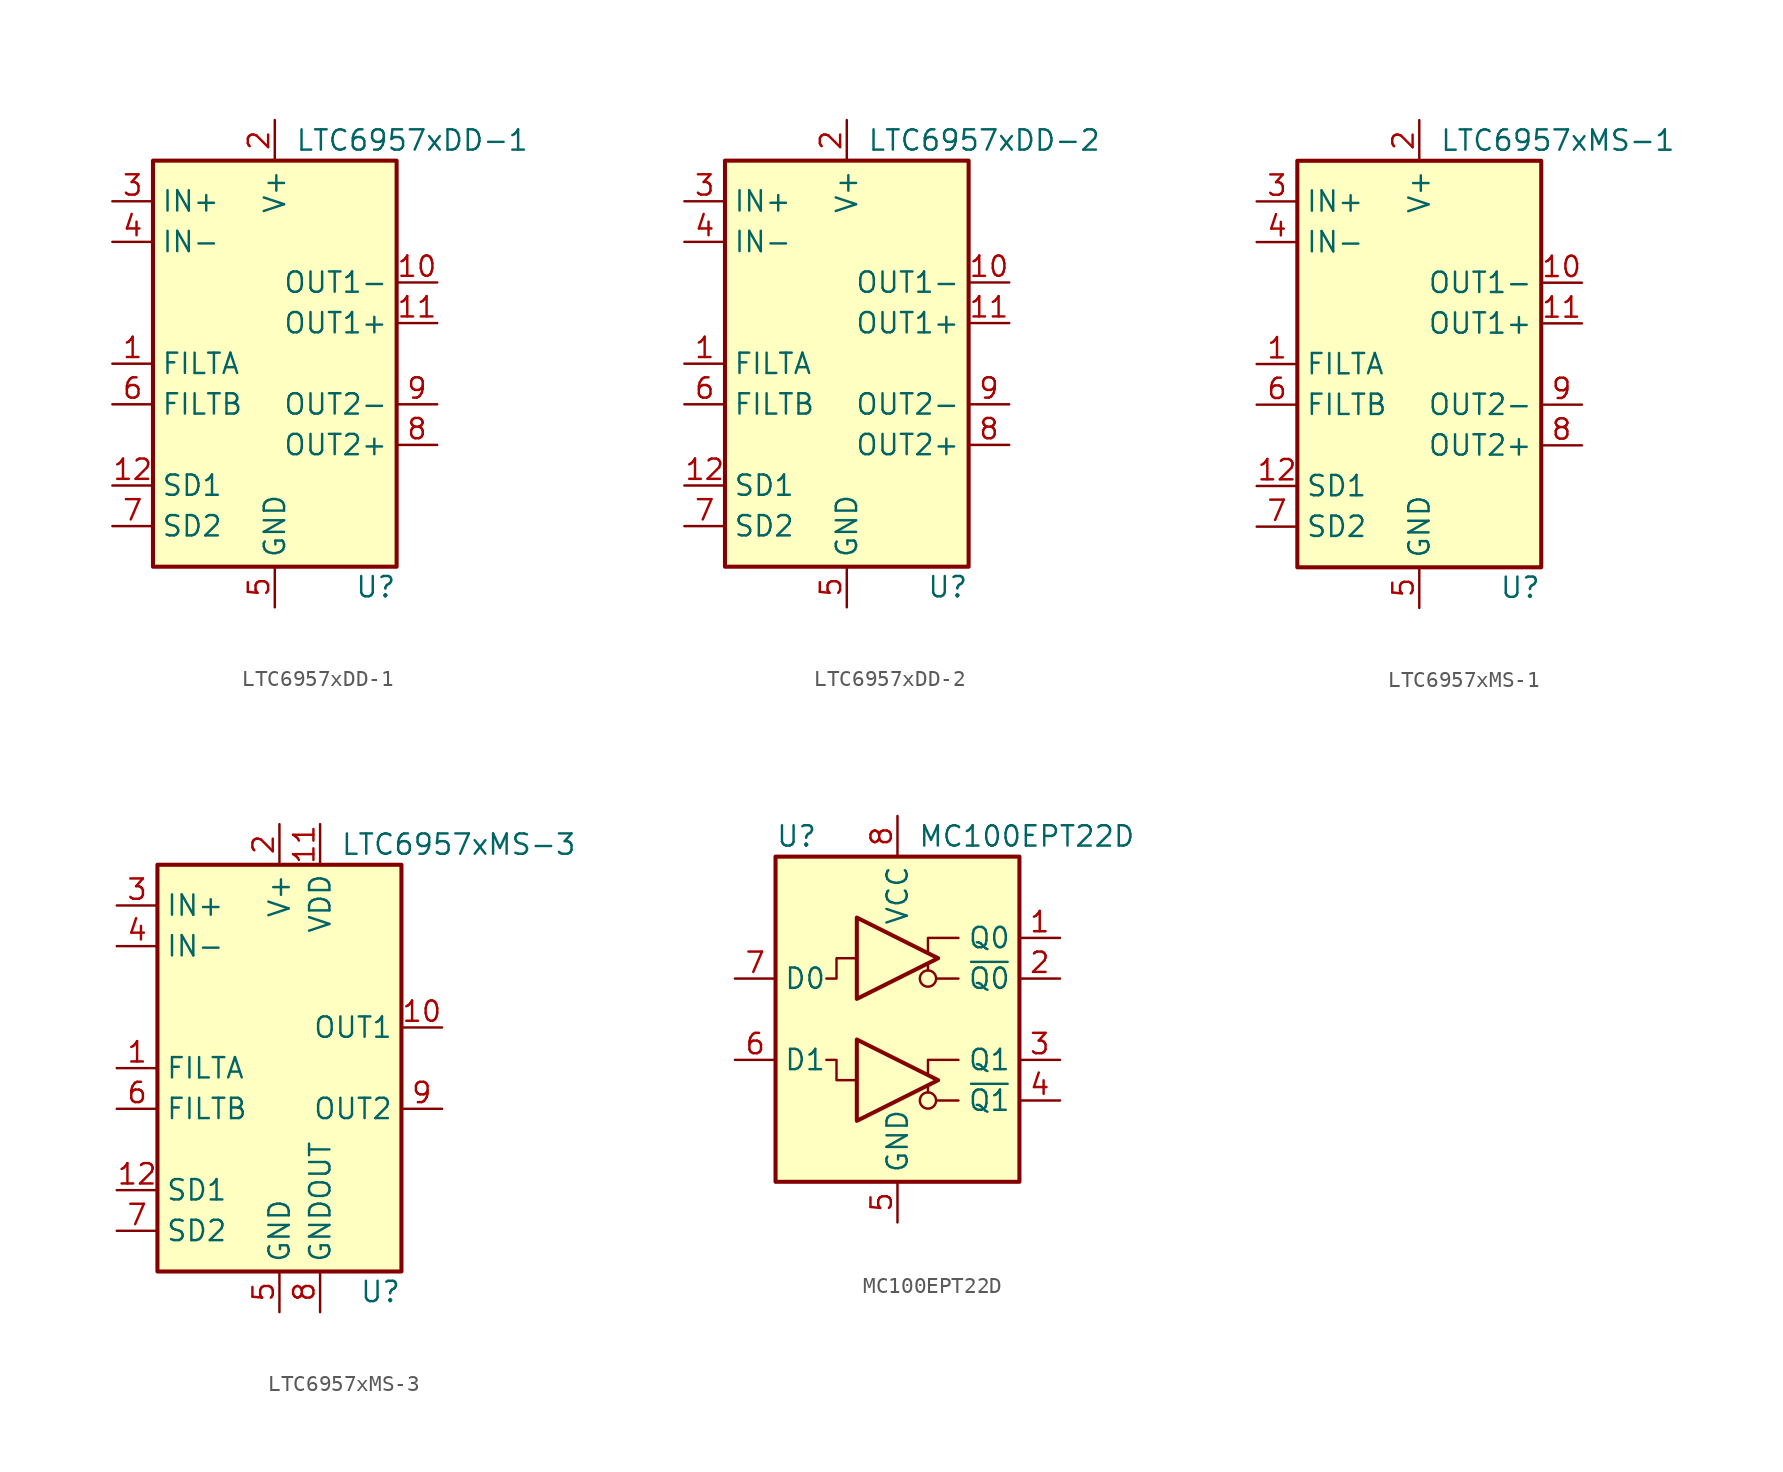
<source format=kicad_sym>
(kicad_symbol_lib
  (version 20241209)
  (generator "kicad_symbol_editor")
  (generator_version "9.0")
  (symbol "LTC6957xDD-1"
    (property "Reference" "U"
      (at 7.62 -13.97 0)
      (effects (font (size 1.27 1.27)) (justify right)))
    (property "Value" "LTC6957xDD-1"
      (at 1.27 13.97 0)
      (effects (font (size 1.27 1.27)) (justify left)))
    (symbol "LTC6957xDD-1_0_1"
      (rectangle (start -7.62 12.7) (end 7.62 -12.7) (stroke (width 0.254) (type default)) (fill (type background))))
    (symbol "LTC6957xDD-1_1_1"
      (pin input line (at -10.16 10.16 0) (length 2.54) (name "IN+" (effects (font (size 1.27 1.27)))) (number "3" (effects (font (size 1.27 1.27)))))
      (pin input line (at -10.16 7.62 0) (length 2.54) (name "IN-" (effects (font (size 1.27 1.27)))) (number "4" (effects (font (size 1.27 1.27)))))
      (pin input line (at -10.16 0 0) (length 2.54) (name "FILTA" (effects (font (size 1.27 1.27)))) (number "1" (effects (font (size 1.27 1.27)))))
      (pin input line (at -10.16 -2.54 0) (length 2.54) (name "FILTB" (effects (font (size 1.27 1.27)))) (number "6" (effects (font (size 1.27 1.27)))))
      (pin input line (at -10.16 -7.62 0) (length 2.54) (name "SD1" (effects (font (size 1.27 1.27)))) (number "12" (effects (font (size 1.27 1.27)))))
      (pin input line (at -10.16 -10.16 0) (length 2.54) (name "SD2" (effects (font (size 1.27 1.27)))) (number "7" (effects (font (size 1.27 1.27)))))
      (pin power_in line (at 0 15.24 270) (length 2.54) (name "V+" (effects (font (size 1.27 1.27)))) (number "2" (effects (font (size 1.27 1.27)))))
      (pin passive line (at 0 -15.24 90) (length 2.54) (hide yes) (name "GND" (effects (font (size 1.27 1.27)))) (number "13" (effects (font (size 1.27 1.27)))))
      (pin power_in line (at 0 -15.24 90) (length 2.54) (name "GND" (effects (font (size 1.27 1.27)))) (number "5" (effects (font (size 1.27 1.27)))))
      (pin open_emitter line (at 10.16 5.08 180) (length 2.54) (name "OUT1-" (effects (font (size 1.27 1.27)))) (number "10" (effects (font (size 1.27 1.27)))))
      (pin open_emitter line (at 10.16 2.54 180) (length 2.54) (name "OUT1+" (effects (font (size 1.27 1.27)))) (number "11" (effects (font (size 1.27 1.27)))))
      (pin open_emitter line (at 10.16 -2.54 180) (length 2.54) (name "OUT2-" (effects (font (size 1.27 1.27)))) (number "9" (effects (font (size 1.27 1.27)))))
      (pin open_emitter line (at 10.16 -5.08 180) (length 2.54) (name "OUT2+" (effects (font (size 1.27 1.27)))) (number "8" (effects (font (size 1.27 1.27)))))))
  (symbol "LTC6957xDD-2"
    (property "Reference" "U"
      (at 7.62 -13.97 0)
      (effects (font (size 1.27 1.27)) (justify right)))
    (property "Value" "LTC6957xDD-2"
      (at 1.27 13.97 0)
      (effects (font (size 1.27 1.27)) (justify left)))
    (symbol "LTC6957xDD-2_0_1"
      (rectangle (start -7.62 12.7) (end 7.62 -12.7) (stroke (width 0.254) (type default)) (fill (type background))))
    (symbol "LTC6957xDD-2_1_1"
      (pin input line (at -10.16 10.16 0) (length 2.54) (name "IN+" (effects (font (size 1.27 1.27)))) (number "3" (effects (font (size 1.27 1.27)))))
      (pin input line (at -10.16 7.62 0) (length 2.54) (name "IN-" (effects (font (size 1.27 1.27)))) (number "4" (effects (font (size 1.27 1.27)))))
      (pin input line (at -10.16 0 0) (length 2.54) (name "FILTA" (effects (font (size 1.27 1.27)))) (number "1" (effects (font (size 1.27 1.27)))))
      (pin input line (at -10.16 -2.54 0) (length 2.54) (name "FILTB" (effects (font (size 1.27 1.27)))) (number "6" (effects (font (size 1.27 1.27)))))
      (pin input line (at -10.16 -7.62 0) (length 2.54) (name "SD1" (effects (font (size 1.27 1.27)))) (number "12" (effects (font (size 1.27 1.27)))))
      (pin input line (at -10.16 -10.16 0) (length 2.54) (name "SD2" (effects (font (size 1.27 1.27)))) (number "7" (effects (font (size 1.27 1.27)))))
      (pin power_in line (at 0 15.24 270) (length 2.54) (name "V+" (effects (font (size 1.27 1.27)))) (number "2" (effects (font (size 1.27 1.27)))))
      (pin passive line (at 0 -15.24 90) (length 2.54) (hide yes) (name "GND" (effects (font (size 1.27 1.27)))) (number "13" (effects (font (size 1.27 1.27)))))
      (pin power_in line (at 0 -15.24 90) (length 2.54) (name "GND" (effects (font (size 1.27 1.27)))) (number "5" (effects (font (size 1.27 1.27)))))
      (pin output line (at 10.16 5.08 180) (length 2.54) (name "OUT1-" (effects (font (size 1.27 1.27)))) (number "10" (effects (font (size 1.27 1.27)))))
      (pin output line (at 10.16 2.54 180) (length 2.54) (name "OUT1+" (effects (font (size 1.27 1.27)))) (number "11" (effects (font (size 1.27 1.27)))))
      (pin output line (at 10.16 -2.54 180) (length 2.54) (name "OUT2-" (effects (font (size 1.27 1.27)))) (number "9" (effects (font (size 1.27 1.27)))))
      (pin output line (at 10.16 -5.08 180) (length 2.54) (name "OUT2+" (effects (font (size 1.27 1.27)))) (number "8" (effects (font (size 1.27 1.27)))))))
  (symbol "LTC6957xMS-1"
    (property "Reference" "U"
      (at 7.62 -13.97 0)
      (effects (font (size 1.27 1.27)) (justify right)))
    (property "Value" "LTC6957xMS-1"
      (at 1.27 13.97 0)
      (effects (font (size 1.27 1.27)) (justify left)))
    (symbol "LTC6957xMS-1_0_1"
      (rectangle (start -7.62 12.7) (end 7.62 -12.7) (stroke (width 0.254) (type default)) (fill (type background))))
    (symbol "LTC6957xMS-1_1_1"
      (pin input line (at -10.16 10.16 0) (length 2.54) (name "IN+" (effects (font (size 1.27 1.27)))) (number "3" (effects (font (size 1.27 1.27)))))
      (pin input line (at -10.16 7.62 0) (length 2.54) (name "IN-" (effects (font (size 1.27 1.27)))) (number "4" (effects (font (size 1.27 1.27)))))
      (pin input line (at -10.16 0 0) (length 2.54) (name "FILTA" (effects (font (size 1.27 1.27)))) (number "1" (effects (font (size 1.27 1.27)))))
      (pin input line (at -10.16 -2.54 0) (length 2.54) (name "FILTB" (effects (font (size 1.27 1.27)))) (number "6" (effects (font (size 1.27 1.27)))))
      (pin input line (at -10.16 -7.62 0) (length 2.54) (name "SD1" (effects (font (size 1.27 1.27)))) (number "12" (effects (font (size 1.27 1.27)))))
      (pin input line (at -10.16 -10.16 0) (length 2.54) (name "SD2" (effects (font (size 1.27 1.27)))) (number "7" (effects (font (size 1.27 1.27)))))
      (pin power_in line (at 0 15.24 270) (length 2.54) (name "V+" (effects (font (size 1.27 1.27)))) (number "2" (effects (font (size 1.27 1.27)))))
      (pin power_in line (at 0 -15.24 90) (length 2.54) (name "GND" (effects (font (size 1.27 1.27)))) (number "5" (effects (font (size 1.27 1.27)))))
      (pin open_emitter line (at 10.16 5.08 180) (length 2.54) (name "OUT1-" (effects (font (size 1.27 1.27)))) (number "10" (effects (font (size 1.27 1.27)))))
      (pin open_emitter line (at 10.16 2.54 180) (length 2.54) (name "OUT1+" (effects (font (size 1.27 1.27)))) (number "11" (effects (font (size 1.27 1.27)))))
      (pin open_emitter line (at 10.16 -2.54 180) (length 2.54) (name "OUT2-" (effects (font (size 1.27 1.27)))) (number "9" (effects (font (size 1.27 1.27)))))
      (pin open_emitter line (at 10.16 -5.08 180) (length 2.54) (name "OUT2+" (effects (font (size 1.27 1.27)))) (number "8" (effects (font (size 1.27 1.27)))))))
  (symbol "LTC6957xMS-3"
    (property "Reference" "U"
      (at 7.62 -13.97 0)
      (effects (font (size 1.27 1.27)) (justify right)))
    (property "Value" "LTC6957xMS-3"
      (at 3.81 13.97 0)
      (effects (font (size 1.27 1.27)) (justify left)))
    (symbol "LTC6957xMS-3_0_1"
      (rectangle (start -7.62 12.7) (end 7.62 -12.7) (stroke (width 0.254) (type default)) (fill (type background))))
    (symbol "LTC6957xMS-3_1_1"
      (pin input line (at -10.16 10.16 0) (length 2.54) (name "IN+" (effects (font (size 1.27 1.27)))) (number "3" (effects (font (size 1.27 1.27)))))
      (pin input line (at -10.16 7.62 0) (length 2.54) (name "IN-" (effects (font (size 1.27 1.27)))) (number "4" (effects (font (size 1.27 1.27)))))
      (pin input line (at -10.16 0 0) (length 2.54) (name "FILTA" (effects (font (size 1.27 1.27)))) (number "1" (effects (font (size 1.27 1.27)))))
      (pin input line (at -10.16 -2.54 0) (length 2.54) (name "FILTB" (effects (font (size 1.27 1.27)))) (number "6" (effects (font (size 1.27 1.27)))))
      (pin input line (at -10.16 -7.62 0) (length 2.54) (name "SD1" (effects (font (size 1.27 1.27)))) (number "12" (effects (font (size 1.27 1.27)))))
      (pin input line (at -10.16 -10.16 0) (length 2.54) (name "SD2" (effects (font (size 1.27 1.27)))) (number "7" (effects (font (size 1.27 1.27)))))
      (pin power_in line (at 0 15.24 270) (length 2.54) (name "V+" (effects (font (size 1.27 1.27)))) (number "2" (effects (font (size 1.27 1.27)))))
      (pin power_in line (at 0 -15.24 90) (length 2.54) (name "GND" (effects (font (size 1.27 1.27)))) (number "5" (effects (font (size 1.27 1.27)))))
      (pin power_in line (at 2.54 15.24 270) (length 2.54) (name "VDD" (effects (font (size 1.27 1.27)))) (number "11" (effects (font (size 1.27 1.27)))))
      (pin output line (at 2.54 -15.24 90) (length 2.54) (name "GNDOUT" (effects (font (size 1.27 1.27)))) (number "8" (effects (font (size 1.27 1.27)))))
      (pin output line (at 10.16 2.54 180) (length 2.54) (name "OUT1" (effects (font (size 1.27 1.27)))) (number "10" (effects (font (size 1.27 1.27)))))
      (pin output line (at 10.16 -2.54 180) (length 2.54) (name "OUT2" (effects (font (size 1.27 1.27)))) (number "9" (effects (font (size 1.27 1.27)))))))
  (symbol "MC100EPT22D"
    (property "Reference" "U"
      (at -7.62 11.43 0)
      (effects (font (size 1.27 1.27)) (justify left)))
    (property "Value" "MC100EPT22D"
      (at 1.27 11.43 0)
      (effects (font (size 1.27 1.27)) (justify left)))
    (symbol "MC100EPT22D_0_1"
      (polyline (pts (xy 1.905 3.048) (xy 1.905 3.429)) (stroke (width 0) (type default)) (fill (type none)))
      (polyline (pts (xy 1.905 -4.572) (xy 1.905 -4.191)) (stroke (width 0) (type default)) (fill (type none))))
    (symbol "MC100EPT22D_1_0"
      (rectangle (start -7.62 10.16) (end 7.62 -10.16) (stroke (width 0.254) (type default)) (fill (type background)))
      (polyline (pts (xy -2.54 3.81) (xy -3.81 3.81) (xy -3.81 2.54) (xy -4.445 2.54)) (stroke (width 0) (type default)) (fill (type none)))
      (polyline (pts (xy -2.54 -3.81) (xy -3.81 -3.81) (xy -3.81 -2.54) (xy -4.445 -2.54)) (stroke (width 0) (type default)) (fill (type none)))
      (polyline (pts (xy 1.905 4.191) (xy 1.905 5.08) (xy 3.81 5.08)) (stroke (width 0) (type default)) (fill (type none)))
      (circle (center 1.905 2.54) (radius 0.508) (stroke (width 0) (type default)) (fill (type none)))
      (polyline (pts (xy 1.905 -3.429) (xy 1.905 -2.54) (xy 3.81 -2.54)) (stroke (width 0) (type default)) (fill (type none)))
      (circle (center 1.905 -5.08) (radius 0.508) (stroke (width 0) (type default)) (fill (type none)))
      (polyline (pts (xy 3.81 2.54) (xy 2.413 2.54)) (stroke (width 0) (type default)) (fill (type none)))
      (polyline (pts (xy 3.81 -5.08) (xy 2.413 -5.08)) (stroke (width 0) (type default)) (fill (type none))))
    (symbol "MC100EPT22D_1_1"
      (polyline (pts (xy -2.54 6.35) (xy -2.54 1.27) (xy 2.54 3.81) (xy -2.54 6.35)) (stroke (width 0.254) (type default)) (fill (type none)))
      (polyline (pts (xy -2.54 -1.27) (xy -2.54 -6.35) (xy 2.54 -3.81) (xy -2.54 -1.27)) (stroke (width 0.254) (type default)) (fill (type none)))
      (pin input line (at -10.16 2.54 0) (length 2.54) (name "D0" (effects (font (size 1.27 1.27)))) (number "7" (effects (font (size 1.27 1.27)))))
      (pin input line (at -10.16 -2.54 0) (length 2.54) (name "D1" (effects (font (size 1.27 1.27)))) (number "6" (effects (font (size 1.27 1.27)))))
      (pin power_in line (at 0 12.7 270) (length 2.54) (name "VCC" (effects (font (size 1.27 1.27)))) (number "8" (effects (font (size 1.27 1.27)))))
      (pin power_in line (at 0 -12.7 90) (length 2.54) (name "GND" (effects (font (size 1.27 1.27)))) (number "5" (effects (font (size 1.27 1.27)))))
      (pin output line (at 10.16 5.08 180) (length 2.54) (name "Q0" (effects (font (size 1.27 1.27)))) (number "1" (effects (font (size 1.27 1.27)))))
      (pin output line (at 10.16 2.54 180) (length 2.54) (name "~{Q0}" (effects (font (size 1.27 1.27)))) (number "2" (effects (font (size 1.27 1.27)))))
      (pin output line (at 10.16 -2.54 180) (length 2.54) (name "Q1" (effects (font (size 1.27 1.27)))) (number "3" (effects (font (size 1.27 1.27)))))
      (pin output line (at 10.16 -5.08 180) (length 2.54) (name "~{Q1}" (effects (font (size 1.27 1.27)))) (number "4" (effects (font (size 1.27 1.27))))))))
</source>
